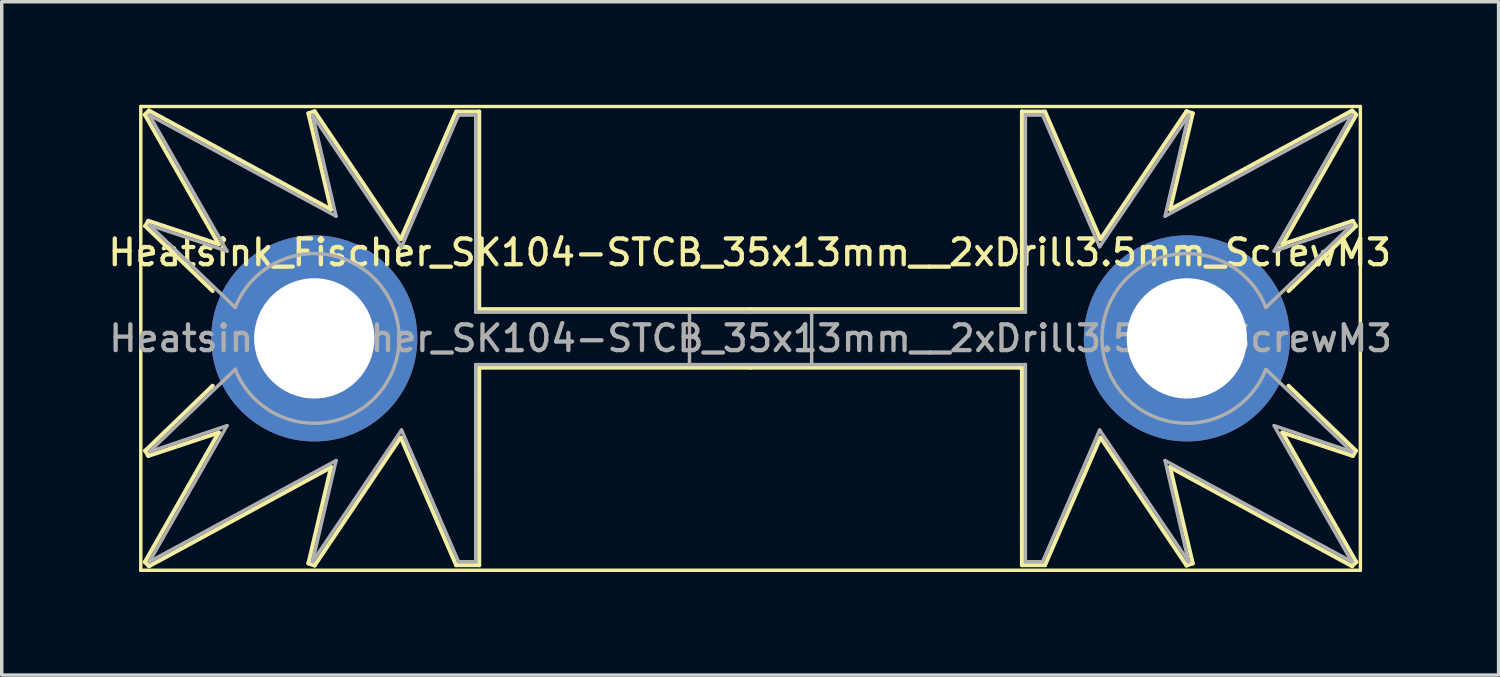
<source format=kicad_pcb>
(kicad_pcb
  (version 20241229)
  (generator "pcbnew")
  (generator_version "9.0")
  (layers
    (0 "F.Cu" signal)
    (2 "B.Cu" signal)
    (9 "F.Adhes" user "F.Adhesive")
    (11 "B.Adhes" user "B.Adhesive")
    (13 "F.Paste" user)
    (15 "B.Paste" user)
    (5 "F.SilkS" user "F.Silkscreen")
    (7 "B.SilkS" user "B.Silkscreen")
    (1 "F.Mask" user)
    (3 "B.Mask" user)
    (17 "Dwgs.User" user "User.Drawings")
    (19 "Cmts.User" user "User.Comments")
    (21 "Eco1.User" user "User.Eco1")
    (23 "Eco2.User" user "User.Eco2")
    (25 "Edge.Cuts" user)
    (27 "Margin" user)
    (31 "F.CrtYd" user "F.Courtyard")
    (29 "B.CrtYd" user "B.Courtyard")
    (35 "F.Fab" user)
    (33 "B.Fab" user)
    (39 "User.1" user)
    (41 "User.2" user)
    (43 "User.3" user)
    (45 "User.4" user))
  (footprint "Heatsink_Fischer_SK104-STCB_35x13mm__2xDrill3.5mm_ScrewM3"
    (layer "F.Cu")
    (at 18.798 6.8)
    (property "Reference" "Heatsink_Fischer_SK104-STCB_35x13mm__2xDrill3.5mm_ScrewM3" (at -0.025 -2.5 0) (layer "F.SilkS") (effects (font (size 0.75 0.75) (thickness 0.125))))
    (attr through_hole)
    (fp_line (start -17.75 -6.75) (end -17.75 6.75) (stroke (width 0.1) (type solid)) (layer "F.SilkS"))
    (fp_line (start -17.75 -6.75) (end 17.75 -6.75) (stroke (width 0.1) (type solid)) (layer "F.SilkS"))
    (fp_line (start -17.63 -6.51) (end -15.48 -2.74) (stroke (width 0.12) (type solid)) (layer "F.SilkS"))
    (fp_line (start -17.63 6.51) (end -15.48 2.74) (stroke (width 0.12) (type solid)) (layer "F.SilkS"))
    (fp_line (start -17.62 -3.27) (end -15.66 -1.38) (stroke (width 0.12) (type solid)) (layer "F.SilkS"))
    (fp_line (start -17.62 3.27) (end -15.66 1.38) (stroke (width 0.12) (type solid)) (layer "F.SilkS"))
    (fp_line (start -17.53 -3.42) (end -17.62 -3.27) (stroke (width 0.12) (type solid)) (layer "F.SilkS"))
    (fp_line (start -17.53 3.42) (end -17.62 3.27) (stroke (width 0.12) (type solid)) (layer "F.SilkS"))
    (fp_line (start -17.51 -6.63) (end -17.63 -6.51) (stroke (width 0.12) (type solid)) (layer "F.SilkS"))
    (fp_line (start -17.51 6.63) (end -17.63 6.51) (stroke (width 0.12) (type solid)) (layer "F.SilkS"))
    (fp_line (start -15.48 -2.74) (end -17.53 -3.42) (stroke (width 0.12) (type solid)) (layer "F.SilkS"))
    (fp_line (start -15.48 2.74) (end -17.53 3.42) (stroke (width 0.12) (type solid)) (layer "F.SilkS"))
    (fp_line (start -12.87 -6.55) (end -12.21 -3.75) (stroke (width 0.12) (type solid)) (layer "F.SilkS"))
    (fp_line (start -12.87 6.55) (end -12.21 3.75) (stroke (width 0.12) (type solid)) (layer "F.SilkS"))
    (fp_line (start -12.69 -6.61) (end -12.87 -6.55) (stroke (width 0.12) (type solid)) (layer "F.SilkS"))
    (fp_line (start -12.69 6.61) (end -12.87 6.55) (stroke (width 0.12) (type solid)) (layer "F.SilkS"))
    (fp_line (start -12.21 -3.75) (end -17.51 -6.63) (stroke (width 0.12) (type solid)) (layer "F.SilkS"))
    (fp_line (start -12.21 3.75) (end -17.51 6.63) (stroke (width 0.12) (type solid)) (layer "F.SilkS"))
    (fp_line (start -10.19 -2.89) (end -12.69 -6.61) (stroke (width 0.12) (type solid)) (layer "F.SilkS"))
    (fp_line (start -10.19 2.89) (end -12.69 6.61) (stroke (width 0.12) (type solid)) (layer "F.SilkS"))
    (fp_line (start -8.57 -6.6) (end -10.18 -2.89) (stroke (width 0.12) (type solid)) (layer "F.SilkS"))
    (fp_line (start -8.57 6.6) (end -10.18 2.89) (stroke (width 0.12) (type solid)) (layer "F.SilkS"))
    (fp_line (start -7.9 -6.6) (end -8.57 -6.6) (stroke (width 0.12) (type solid)) (layer "F.SilkS"))
    (fp_line (start -7.9 -0.85) (end -7.9 -6.6) (stroke (width 0.12) (type solid)) (layer "F.SilkS"))
    (fp_line (start -7.9 0.85) (end -7.9 6.6) (stroke (width 0.12) (type solid)) (layer "F.SilkS"))
    (fp_line (start -7.9 6.6) (end -8.57 6.6) (stroke (width 0.12) (type solid)) (layer "F.SilkS"))
    (fp_line (start 0 -0.85) (end -7.9 -0.85) (stroke (width 0.12) (type solid)) (layer "F.SilkS"))
    (fp_line (start 0 -0.85) (end 7.9 -0.85) (stroke (width 0.12) (type solid)) (layer "F.SilkS"))
    (fp_line (start 0 0.85) (end -7.9 0.85) (stroke (width 0.12) (type solid)) (layer "F.SilkS"))
    (fp_line (start 0 0.85) (end 7.9 0.85) (stroke (width 0.12) (type solid)) (layer "F.SilkS"))
    (fp_line (start 7.9 -6.6) (end 8.57 -6.6) (stroke (width 0.12) (type solid)) (layer "F.SilkS"))
    (fp_line (start 7.9 -0.85) (end 7.9 -6.6) (stroke (width 0.12) (type solid)) (layer "F.SilkS"))
    (fp_line (start 7.9 0.85) (end 7.9 6.6) (stroke (width 0.12) (type solid)) (layer "F.SilkS"))
    (fp_line (start 7.9 6.6) (end 8.57 6.6) (stroke (width 0.12) (type solid)) (layer "F.SilkS"))
    (fp_line (start 8.57 -6.6) (end 10.18 -2.89) (stroke (width 0.12) (type solid)) (layer "F.SilkS"))
    (fp_line (start 8.57 6.6) (end 10.18 2.89) (stroke (width 0.12) (type solid)) (layer "F.SilkS"))
    (fp_line (start 10.19 -2.89) (end 12.69 -6.61) (stroke (width 0.12) (type solid)) (layer "F.SilkS"))
    (fp_line (start 10.19 2.89) (end 12.69 6.61) (stroke (width 0.12) (type solid)) (layer "F.SilkS"))
    (fp_line (start 12.21 -3.75) (end 17.51 -6.63) (stroke (width 0.12) (type solid)) (layer "F.SilkS"))
    (fp_line (start 12.21 3.75) (end 17.51 6.63) (stroke (width 0.12) (type solid)) (layer "F.SilkS"))
    (fp_line (start 12.69 -6.61) (end 12.87 -6.55) (stroke (width 0.12) (type solid)) (layer "F.SilkS"))
    (fp_line (start 12.69 6.61) (end 12.87 6.55) (stroke (width 0.12) (type solid)) (layer "F.SilkS"))
    (fp_line (start 12.87 -6.55) (end 12.21 -3.75) (stroke (width 0.12) (type solid)) (layer "F.SilkS"))
    (fp_line (start 12.87 6.55) (end 12.21 3.75) (stroke (width 0.12) (type solid)) (layer "F.SilkS"))
    (fp_line (start 15.48 -2.74) (end 17.53 -3.42) (stroke (width 0.12) (type solid)) (layer "F.SilkS"))
    (fp_line (start 15.48 2.74) (end 17.53 3.42) (stroke (width 0.12) (type solid)) (layer "F.SilkS"))
    (fp_line (start 17.51 -6.63) (end 17.63 -6.51) (stroke (width 0.12) (type solid)) (layer "F.SilkS"))
    (fp_line (start 17.51 6.63) (end 17.63 6.51) (stroke (width 0.12) (type solid)) (layer "F.SilkS"))
    (fp_line (start 17.53 -3.42) (end 17.62 -3.27) (stroke (width 0.12) (type solid)) (layer "F.SilkS"))
    (fp_line (start 17.53 3.42) (end 17.62 3.27) (stroke (width 0.12) (type solid)) (layer "F.SilkS"))
    (fp_line (start 17.62 -3.27) (end 15.66 -1.38) (stroke (width 0.12) (type solid)) (layer "F.SilkS"))
    (fp_line (start 17.62 3.27) (end 15.66 1.38) (stroke (width 0.12) (type solid)) (layer "F.SilkS"))
    (fp_line (start 17.63 -6.51) (end 15.48 -2.74) (stroke (width 0.12) (type solid)) (layer "F.SilkS"))
    (fp_line (start 17.63 6.51) (end 15.48 2.74) (stroke (width 0.12) (type solid)) (layer "F.SilkS"))
    (fp_line (start 17.75 6.75) (end -17.75 6.75) (stroke (width 0.1) (type solid)) (layer "F.SilkS"))
    (fp_line (start 17.75 6.75) (end 17.75 -6.75) (stroke (width 0.1) (type solid)) (layer "F.SilkS"))
    (fp_line (start -17.5 -6.5) (end -15.24 -2.54) (stroke (width 0.1) (type solid)) (layer "F.Fab"))
    (fp_line (start -17.5 -6.5) (end -12.065 -3.556) (stroke (width 0.1) (type solid)) (layer "F.Fab"))
    (fp_line (start -17.5 -3.3) (end -15 -0.9) (stroke (width 0.1) (type solid)) (layer "F.Fab"))
    (fp_line (start -17.5 3.3) (end -15 0.9) (stroke (width 0.1) (type solid)) (layer "F.Fab"))
    (fp_line (start -17.5 6.5) (end -15.24 2.54) (stroke (width 0.1) (type solid)) (layer "F.Fab"))
    (fp_line (start -17.5 6.5) (end -12.065 3.556) (stroke (width 0.1) (type solid)) (layer "F.Fab"))
    (fp_line (start -15.24 -2.54) (end -17.5 -3.3) (stroke (width 0.1) (type solid)) (layer "F.Fab"))
    (fp_line (start -15.24 2.54) (end -17.5 3.3) (stroke (width 0.1) (type solid)) (layer "F.Fab"))
    (fp_line (start -12.065 -3.556) (end -12.75 -6.5) (stroke (width 0.1) (type solid)) (layer "F.Fab"))
    (fp_line (start -12.065 3.556) (end -12.75 6.5) (stroke (width 0.1) (type solid)) (layer "F.Fab"))
    (fp_line (start -10.16 -2.667) (end -12.75 -6.5) (stroke (width 0.1) (type solid)) (layer "F.Fab"))
    (fp_line (start -10.16 2.667) (end -12.75 6.5) (stroke (width 0.1) (type solid)) (layer "F.Fab"))
    (fp_line (start -8.5 -6.5) (end -10.16 -2.667) (stroke (width 0.1) (type solid)) (layer "F.Fab"))
    (fp_line (start -8.5 6.5) (end -10.16 2.667) (stroke (width 0.1) (type solid)) (layer "F.Fab"))
    (fp_line (start -8.001 -0.762) (end -8 -6.5) (stroke (width 0.1) (type solid)) (layer "F.Fab"))
    (fp_line (start -8.001 0.762) (end -8 6.5) (stroke (width 0.1) (type solid)) (layer "F.Fab"))
    (fp_line (start -8 -6.5) (end -8.5 -6.5) (stroke (width 0.1) (type solid)) (layer "F.Fab"))
    (fp_line (start -8 6.5) (end -8.5 6.5) (stroke (width 0.1) (type solid)) (layer "F.Fab"))
    (fp_line (start -1.778 0.762) (end -1.778 -0.762) (stroke (width 0.1) (type solid)) (layer "F.Fab"))
    (fp_line (start 0 -0.762) (end -8.001 -0.762) (stroke (width 0.1) (type solid)) (layer "F.Fab"))
    (fp_line (start 0 -0.762) (end 8.001 -0.762) (stroke (width 0.1) (type solid)) (layer "F.Fab"))
    (fp_line (start 0 0.762) (end -8.001 0.762) (stroke (width 0.1) (type solid)) (layer "F.Fab"))
    (fp_line (start 0 0.762) (end 8.001 0.762) (stroke (width 0.1) (type solid)) (layer "F.Fab"))
    (fp_line (start 1.778 -0.762) (end 1.778 0.762) (stroke (width 0.1) (type solid)) (layer "F.Fab"))
    (fp_line (start 8 -6.5) (end 8.5 -6.5) (stroke (width 0.1) (type solid)) (layer "F.Fab"))
    (fp_line (start 8 6.5) (end 8.5 6.5) (stroke (width 0.1) (type solid)) (layer "F.Fab"))
    (fp_line (start 8.001 -0.762) (end 8 -6.5) (stroke (width 0.1) (type solid)) (layer "F.Fab"))
    (fp_line (start 8.001 0.762) (end 8 6.5) (stroke (width 0.1) (type solid)) (layer "F.Fab"))
    (fp_line (start 8.5 -6.5) (end 10.16 -2.667) (stroke (width 0.1) (type solid)) (layer "F.Fab"))
    (fp_line (start 8.5 6.5) (end 10.16 2.667) (stroke (width 0.1) (type solid)) (layer "F.Fab"))
    (fp_line (start 10.16 -2.667) (end 12.75 -6.5) (stroke (width 0.1) (type solid)) (layer "F.Fab"))
    (fp_line (start 10.16 2.667) (end 12.75 6.5) (stroke (width 0.1) (type solid)) (layer "F.Fab"))
    (fp_line (start 12.065 -3.556) (end 12.75 -6.5) (stroke (width 0.1) (type solid)) (layer "F.Fab"))
    (fp_line (start 12.065 3.556) (end 12.75 6.5) (stroke (width 0.1) (type solid)) (layer "F.Fab"))
    (fp_line (start 15.24 -2.54) (end 17.5 -3.3) (stroke (width 0.1) (type solid)) (layer "F.Fab"))
    (fp_line (start 15.24 2.54) (end 17.5 3.3) (stroke (width 0.1) (type solid)) (layer "F.Fab"))
    (fp_line (start 17.5 -6.5) (end 12.065 -3.556) (stroke (width 0.1) (type solid)) (layer "F.Fab"))
    (fp_line (start 17.5 -6.5) (end 15.24 -2.54) (stroke (width 0.1) (type solid)) (layer "F.Fab"))
    (fp_line (start 17.5 -3.3) (end 15 -0.9) (stroke (width 0.1) (type solid)) (layer "F.Fab"))
    (fp_line (start 17.5 3.3) (end 15 0.9) (stroke (width 0.1) (type solid)) (layer "F.Fab"))
    (fp_line (start 17.5 6.5) (end 12.065 3.556) (stroke (width 0.1) (type solid)) (layer "F.Fab"))
    (fp_line (start 17.5 6.5) (end 15.24 2.54) (stroke (width 0.1) (type solid)) (layer "F.Fab"))
    (fp_arc (start -14.99272 -0.918387) (mid -10.230202 0.009888) (end -15 0.9) (stroke (width 0.1) (type solid)) (layer "F.Fab"))
    (fp_arc (start 14.99272 0.918387) (mid 10.230202 -0.009888) (end 15 -0.9) (stroke (width 0.1) (type solid)) (layer "F.Fab"))
    (fp_text user "${REFERENCE}" (at 0 0 0) (layer "F.Fab") (effects (font (size 0.75 0.75) (thickness 0.125))))
    (pad "1" thru_hole circle (at -12.7 0 180) (size 6 6) (drill 3.5) (layers "*.Cu" "*.Mask"))
    (pad "1" thru_hole circle (at 12.7 0) (size 6 6) (drill 3.5) (layers "*.Cu" "*.Mask")))
  (gr_rect
    (start -3 -3)
    (end 40.571 16.6)
    (stroke (width 0.1) (type default))
    (fill no)
    (layer "Edge.Cuts")))
</source>
